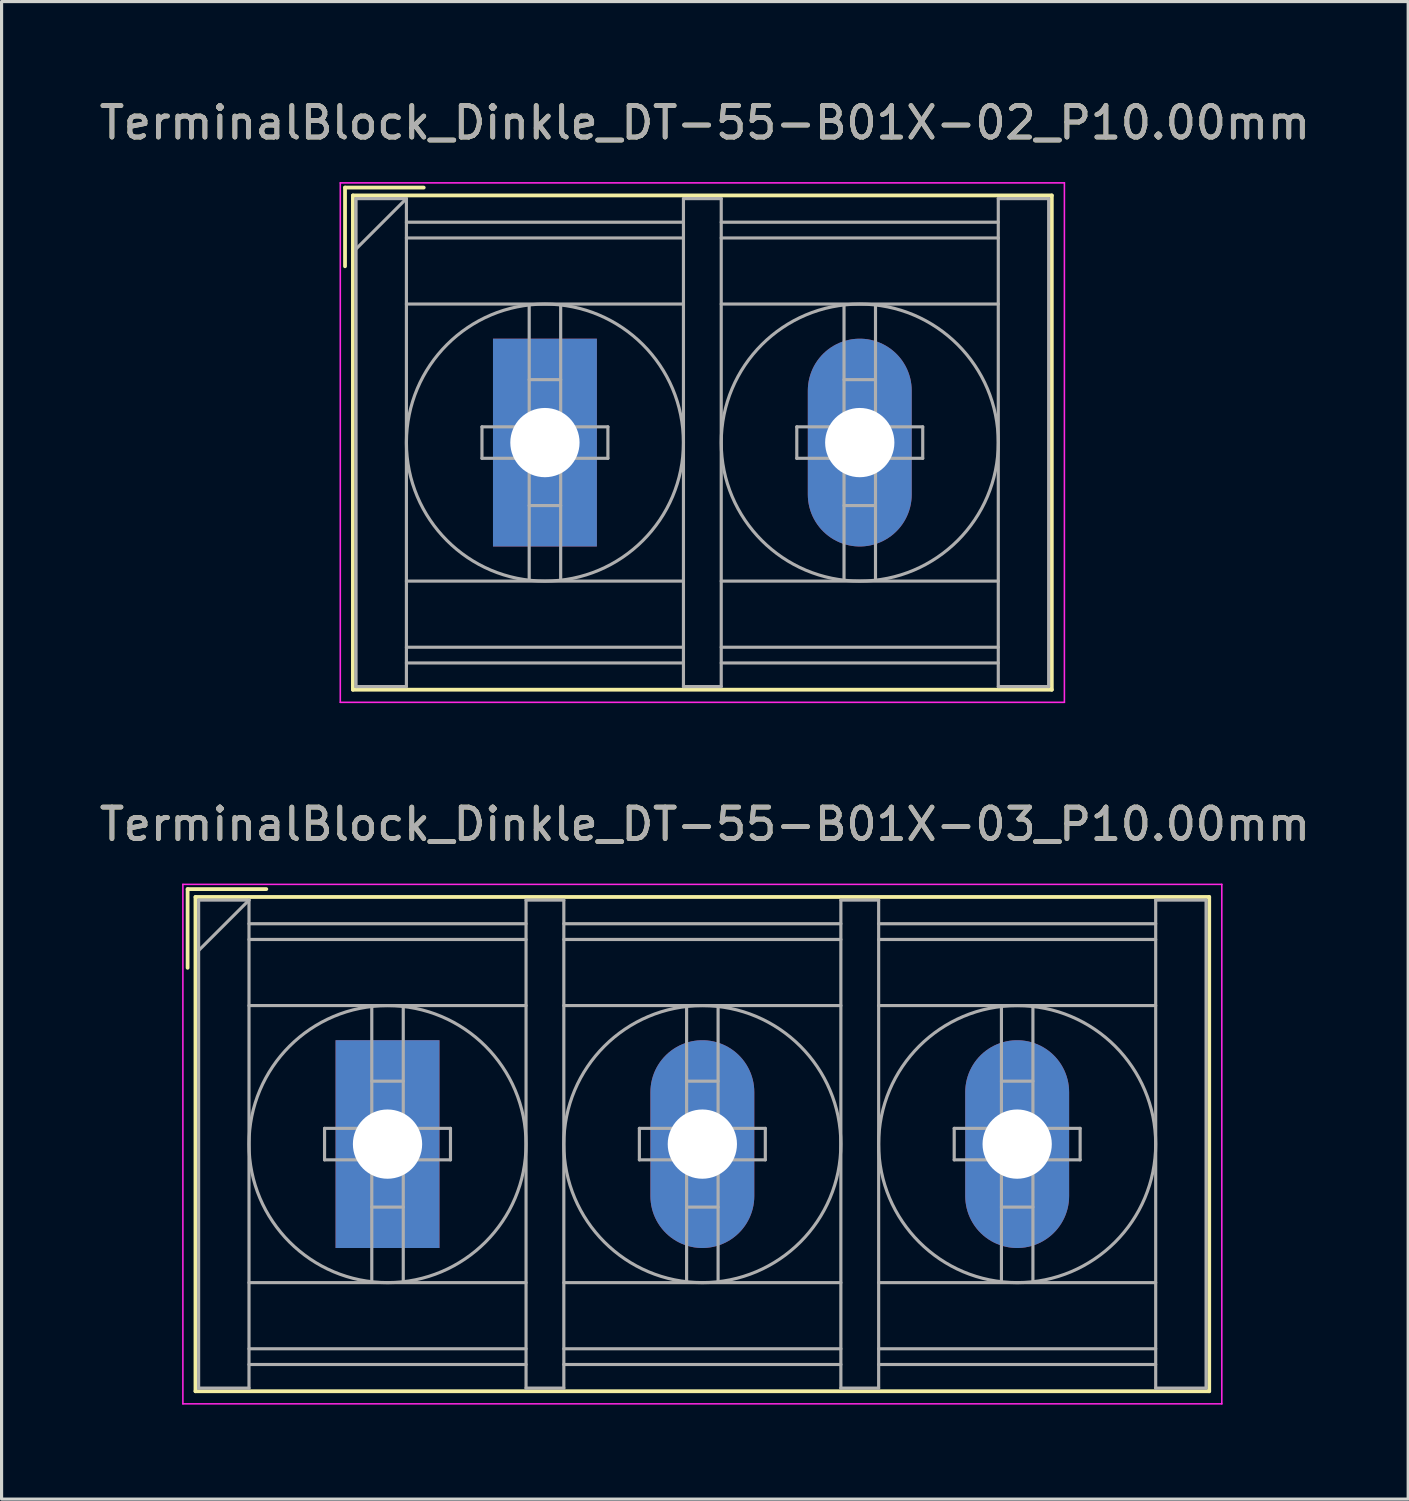
<source format=kicad_pcb>
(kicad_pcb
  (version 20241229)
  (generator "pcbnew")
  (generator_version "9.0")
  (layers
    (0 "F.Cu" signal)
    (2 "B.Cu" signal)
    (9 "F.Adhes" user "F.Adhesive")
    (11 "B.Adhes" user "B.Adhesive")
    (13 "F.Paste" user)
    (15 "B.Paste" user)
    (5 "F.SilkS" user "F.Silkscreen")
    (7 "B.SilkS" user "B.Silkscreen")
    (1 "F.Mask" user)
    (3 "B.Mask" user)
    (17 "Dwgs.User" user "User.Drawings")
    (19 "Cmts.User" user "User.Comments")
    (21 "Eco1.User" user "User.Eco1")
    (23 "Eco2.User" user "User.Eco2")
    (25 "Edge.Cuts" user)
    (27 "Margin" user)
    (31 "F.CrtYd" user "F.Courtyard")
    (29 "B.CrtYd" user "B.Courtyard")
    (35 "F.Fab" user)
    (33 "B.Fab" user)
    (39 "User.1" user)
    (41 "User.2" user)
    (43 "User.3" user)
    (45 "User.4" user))
  (footprint "TerminalBlock_Dinkle_DT-55-B01X-03_P10.00mm"
    (layer "F.Cu")
    (at 9.259 33.291)
    (property "Reference" "TerminalBlock_Dinkle_DT-55-B01X-03_P10.00mm" (at 10.08 -10.16 0) (layer "F.SilkS") (effects (font (size 1 1) (thickness 0.15))))
    (attr through_hole)
    (fp_line (start -6.35 -8.1) (end -3.85 -8.1) (stroke (width 0.12) (type solid)) (layer "F.SilkS"))
    (fp_line (start -6.35 -5.6) (end -6.35 -8.1) (stroke (width 0.12) (type solid)) (layer "F.SilkS"))
    (fp_line (start -6.1 -7.85) (end 26.1 -7.85) (stroke (width 0.12) (type solid)) (layer "F.SilkS"))
    (fp_line (start -6.1 7.85) (end -6.1 -7.85) (stroke (width 0.12) (type solid)) (layer "F.SilkS"))
    (fp_line (start -6.1 7.85) (end 26.1 7.85) (stroke (width 0.12) (type solid)) (layer "F.SilkS"))
    (fp_line (start 26.1 -7.85) (end 26.1 7.85) (stroke (width 0.12) (type solid)) (layer "F.SilkS"))
    (fp_line (start -6.5 -8.25) (end 26.5 -8.25) (stroke (width 0.05) (type solid)) (layer "F.CrtYd"))
    (fp_line (start -6.5 8.25) (end -6.5 -8.25) (stroke (width 0.05) (type solid)) (layer "F.CrtYd"))
    (fp_line (start -6.5 8.25) (end 26.5 8.25) (stroke (width 0.05) (type solid)) (layer "F.CrtYd"))
    (fp_line (start 26.5 -8.25) (end 26.5 8.25) (stroke (width 0.05) (type solid)) (layer "F.CrtYd"))
    (fp_line (start -6 -7.75) (end -6 7.75) (stroke (width 0.1) (type solid)) (layer "F.Fab"))
    (fp_line (start -6 -7.75) (end -4.4 -7.75) (stroke (width 0.1) (type solid)) (layer "F.Fab"))
    (fp_line (start -6 7.75) (end -4.4 7.75) (stroke (width 0.1) (type solid)) (layer "F.Fab"))
    (fp_line (start -4.4 -7.75) (end -6 -6.15) (stroke (width 0.1) (type solid)) (layer "F.Fab"))
    (fp_line (start -4.4 -7.75) (end -4.4 7.75) (stroke (width 0.1) (type solid)) (layer "F.Fab"))
    (fp_line (start -4.4 -7) (end 4.4 -7) (stroke (width 0.1) (type solid)) (layer "F.Fab"))
    (fp_line (start -4.4 -6.5) (end 4.4 -6.5) (stroke (width 0.1) (type solid)) (layer "F.Fab"))
    (fp_line (start -4.4 -4.4) (end 4.4 -4.4) (stroke (width 0.1) (type solid)) (layer "F.Fab"))
    (fp_line (start -4.4 4.4) (end 4.4 4.4) (stroke (width 0.1) (type solid)) (layer "F.Fab"))
    (fp_line (start -4.4 6.5) (end 4.4 6.5) (stroke (width 0.1) (type solid)) (layer "F.Fab"))
    (fp_line (start -4.4 7) (end 4.4 7) (stroke (width 0.1) (type solid)) (layer "F.Fab"))
    (fp_line (start -2 -0.5) (end -2 0.5) (stroke (width 0.1) (type solid)) (layer "F.Fab"))
    (fp_line (start -2 0.5) (end -0.5 0.5) (stroke (width 0.1) (type solid)) (layer "F.Fab"))
    (fp_line (start -0.5 -4.35) (end -0.5 -0.5) (stroke (width 0.1) (type solid)) (layer "F.Fab"))
    (fp_line (start -0.5 -2) (end 0.5 -2) (stroke (width 0.1) (type solid)) (layer "F.Fab"))
    (fp_line (start -0.5 -0.5) (end -2 -0.5) (stroke (width 0.1) (type solid)) (layer "F.Fab"))
    (fp_line (start -0.5 0.5) (end -0.5 4.35) (stroke (width 0.1) (type solid)) (layer "F.Fab"))
    (fp_line (start -0.5 2) (end 0.5 2) (stroke (width 0.1) (type solid)) (layer "F.Fab"))
    (fp_line (start 0.5 -4.35) (end 0.5 -0.5) (stroke (width 0.1) (type solid)) (layer "F.Fab"))
    (fp_line (start 0.5 -0.5) (end 2 -0.5) (stroke (width 0.1) (type solid)) (layer "F.Fab"))
    (fp_line (start 0.5 0.5) (end 0.5 4.35) (stroke (width 0.1) (type solid)) (layer "F.Fab"))
    (fp_line (start 2 -0.5) (end 2 0.5) (stroke (width 0.1) (type solid)) (layer "F.Fab"))
    (fp_line (start 2 0.5) (end 0.5 0.5) (stroke (width 0.1) (type solid)) (layer "F.Fab"))
    (fp_line (start 4.4 -7.75) (end 4.4 7.75) (stroke (width 0.1) (type solid)) (layer "F.Fab"))
    (fp_line (start 4.4 -7.75) (end 5.6 -7.75) (stroke (width 0.1) (type solid)) (layer "F.Fab"))
    (fp_line (start 4.4 7.75) (end 5.6 7.75) (stroke (width 0.1) (type solid)) (layer "F.Fab"))
    (fp_line (start 5.6 -7.75) (end 5.6 7.75) (stroke (width 0.1) (type solid)) (layer "F.Fab"))
    (fp_line (start 5.6 -7) (end 14.4 -7) (stroke (width 0.1) (type solid)) (layer "F.Fab"))
    (fp_line (start 5.6 -6.5) (end 14.4 -6.5) (stroke (width 0.1) (type solid)) (layer "F.Fab"))
    (fp_line (start 5.6 -4.4) (end 14.4 -4.4) (stroke (width 0.1) (type solid)) (layer "F.Fab"))
    (fp_line (start 5.6 4.4) (end 14.4 4.4) (stroke (width 0.1) (type solid)) (layer "F.Fab"))
    (fp_line (start 5.6 6.5) (end 14.4 6.5) (stroke (width 0.1) (type solid)) (layer "F.Fab"))
    (fp_line (start 5.6 7) (end 14.4 7) (stroke (width 0.1) (type solid)) (layer "F.Fab"))
    (fp_line (start 8 -0.5) (end 8 0.5) (stroke (width 0.1) (type solid)) (layer "F.Fab"))
    (fp_line (start 8 0.5) (end 9.5 0.5) (stroke (width 0.1) (type solid)) (layer "F.Fab"))
    (fp_line (start 9.5 -4.35) (end 9.5 -0.5) (stroke (width 0.1) (type solid)) (layer "F.Fab"))
    (fp_line (start 9.5 -2) (end 10.5 -2) (stroke (width 0.1) (type solid)) (layer "F.Fab"))
    (fp_line (start 9.5 -0.5) (end 8 -0.5) (stroke (width 0.1) (type solid)) (layer "F.Fab"))
    (fp_line (start 9.5 0.5) (end 9.5 4.35) (stroke (width 0.1) (type solid)) (layer "F.Fab"))
    (fp_line (start 9.5 2) (end 10.5 2) (stroke (width 0.1) (type solid)) (layer "F.Fab"))
    (fp_line (start 10.5 -4.35) (end 10.5 -0.5) (stroke (width 0.1) (type solid)) (layer "F.Fab"))
    (fp_line (start 10.5 -0.5) (end 12 -0.5) (stroke (width 0.1) (type solid)) (layer "F.Fab"))
    (fp_line (start 10.5 0.5) (end 10.5 4.35) (stroke (width 0.1) (type solid)) (layer "F.Fab"))
    (fp_line (start 12 -0.5) (end 12 0.5) (stroke (width 0.1) (type solid)) (layer "F.Fab"))
    (fp_line (start 12 0.5) (end 10.5 0.5) (stroke (width 0.1) (type solid)) (layer "F.Fab"))
    (fp_line (start 14.4 -7.75) (end 14.4 7.75) (stroke (width 0.1) (type solid)) (layer "F.Fab"))
    (fp_line (start 14.4 -7.75) (end 15.6 -7.75) (stroke (width 0.1) (type solid)) (layer "F.Fab"))
    (fp_line (start 14.4 7.75) (end 15.6 7.75) (stroke (width 0.1) (type solid)) (layer "F.Fab"))
    (fp_line (start 15.6 -7.75) (end 15.6 7.75) (stroke (width 0.1) (type solid)) (layer "F.Fab"))
    (fp_line (start 15.6 -7) (end 24.4 -7) (stroke (width 0.1) (type solid)) (layer "F.Fab"))
    (fp_line (start 15.6 -6.5) (end 24.4 -6.5) (stroke (width 0.1) (type solid)) (layer "F.Fab"))
    (fp_line (start 15.6 -4.4) (end 24.4 -4.4) (stroke (width 0.1) (type solid)) (layer "F.Fab"))
    (fp_line (start 15.6 4.4) (end 24.4 4.4) (stroke (width 0.1) (type solid)) (layer "F.Fab"))
    (fp_line (start 15.6 6.5) (end 24.4 6.5) (stroke (width 0.1) (type solid)) (layer "F.Fab"))
    (fp_line (start 15.6 7) (end 24.4 7) (stroke (width 0.1) (type solid)) (layer "F.Fab"))
    (fp_line (start 18 -0.5) (end 18 0.5) (stroke (width 0.1) (type solid)) (layer "F.Fab"))
    (fp_line (start 18 0.5) (end 19.5 0.5) (stroke (width 0.1) (type solid)) (layer "F.Fab"))
    (fp_line (start 19.5 -4.35) (end 19.5 -0.5) (stroke (width 0.1) (type solid)) (layer "F.Fab"))
    (fp_line (start 19.5 -2) (end 20.5 -2) (stroke (width 0.1) (type solid)) (layer "F.Fab"))
    (fp_line (start 19.5 -0.5) (end 18 -0.5) (stroke (width 0.1) (type solid)) (layer "F.Fab"))
    (fp_line (start 19.5 0.5) (end 19.5 4.35) (stroke (width 0.1) (type solid)) (layer "F.Fab"))
    (fp_line (start 19.5 2) (end 20.5 2) (stroke (width 0.1) (type solid)) (layer "F.Fab"))
    (fp_line (start 20.5 -4.35) (end 20.5 -0.5) (stroke (width 0.1) (type solid)) (layer "F.Fab"))
    (fp_line (start 20.5 -0.5) (end 22 -0.5) (stroke (width 0.1) (type solid)) (layer "F.Fab"))
    (fp_line (start 20.5 0.5) (end 20.5 4.35) (stroke (width 0.1) (type solid)) (layer "F.Fab"))
    (fp_line (start 22 -0.5) (end 22 0.5) (stroke (width 0.1) (type solid)) (layer "F.Fab"))
    (fp_line (start 22 0.5) (end 20.5 0.5) (stroke (width 0.1) (type solid)) (layer "F.Fab"))
    (fp_line (start 24.4 -7.75) (end 24.4 7.75) (stroke (width 0.1) (type solid)) (layer "F.Fab"))
    (fp_line (start 24.4 -7.75) (end 26 -7.75) (stroke (width 0.1) (type solid)) (layer "F.Fab"))
    (fp_line (start 24.4 7.75) (end 26 7.75) (stroke (width 0.1) (type solid)) (layer "F.Fab"))
    (fp_line (start 26 -7.75) (end 26 7.75) (stroke (width 0.1) (type solid)) (layer "F.Fab"))
    (fp_circle (center 0 0) (end 0.5 0.5) (stroke (width 0.1) (type solid)) (fill no) (layer "F.Fab"))
    (fp_circle (center 0 0) (end 4.4 0) (stroke (width 0.1) (type solid)) (fill no) (layer "F.Fab"))
    (fp_circle (center 10 0) (end 10.5 0.5) (stroke (width 0.1) (type solid)) (fill no) (layer "F.Fab"))
    (fp_circle (center 10 0) (end 14.4 0) (stroke (width 0.1) (type solid)) (fill no) (layer "F.Fab"))
    (fp_circle (center 20 0) (end 20.5 0.5) (stroke (width 0.1) (type solid)) (fill no) (layer "F.Fab"))
    (fp_circle (center 20 0) (end 24.4 0) (stroke (width 0.1) (type solid)) (fill no) (layer "F.Fab"))
    (fp_text user "${REFERENCE}" (at 10.08 -10.16 0) (layer "F.Fab") (effects (font (size 1 1) (thickness 0.15))))
    (pad "1" thru_hole rect (at 0 0) (size 3.3 6.6) (drill 2.2) (layers "*.Cu" "*.Mask"))
    (pad "2" thru_hole oval (at 10 0) (size 3.3 6.6) (drill 2.2) (layers "*.Cu" "*.Mask"))
    (pad "3" thru_hole oval (at 20 0) (size 3.3 6.6) (drill 2.2) (layers "*.Cu" "*.Mask")))
  (footprint "TerminalBlock_Dinkle_DT-55-B01X-02_P10.00mm"
    (layer "F.Cu")
    (at 14.259 11.008)
    (property "Reference" "TerminalBlock_Dinkle_DT-55-B01X-02_P10.00mm" (at 5.08 -10.16 0) (layer "F.SilkS") (effects (font (size 1 1) (thickness 0.15))))
    (attr through_hole)
    (fp_line (start -6.35 -8.1) (end -3.85 -8.1) (stroke (width 0.12) (type solid)) (layer "F.SilkS"))
    (fp_line (start -6.35 -5.6) (end -6.35 -8.1) (stroke (width 0.12) (type solid)) (layer "F.SilkS"))
    (fp_line (start -6.1 -7.85) (end 16.1 -7.85) (stroke (width 0.12) (type solid)) (layer "F.SilkS"))
    (fp_line (start -6.1 7.85) (end -6.1 -7.85) (stroke (width 0.12) (type solid)) (layer "F.SilkS"))
    (fp_line (start -6.1 7.85) (end 16.1 7.85) (stroke (width 0.12) (type solid)) (layer "F.SilkS"))
    (fp_line (start 16.1 -7.85) (end 16.1 7.85) (stroke (width 0.12) (type solid)) (layer "F.SilkS"))
    (fp_line (start -6.5 -8.25) (end 16.5 -8.25) (stroke (width 0.05) (type solid)) (layer "F.CrtYd"))
    (fp_line (start -6.5 8.25) (end -6.5 -8.25) (stroke (width 0.05) (type solid)) (layer "F.CrtYd"))
    (fp_line (start -6.5 8.25) (end 16.5 8.25) (stroke (width 0.05) (type solid)) (layer "F.CrtYd"))
    (fp_line (start 16.5 -8.25) (end 16.5 8.25) (stroke (width 0.05) (type solid)) (layer "F.CrtYd"))
    (fp_line (start -6 -7.75) (end -6 7.75) (stroke (width 0.1) (type solid)) (layer "F.Fab"))
    (fp_line (start -6 -7.75) (end -4.4 -7.75) (stroke (width 0.1) (type solid)) (layer "F.Fab"))
    (fp_line (start -6 7.75) (end -4.4 7.75) (stroke (width 0.1) (type solid)) (layer "F.Fab"))
    (fp_line (start -4.4 -7.75) (end -6 -6.15) (stroke (width 0.1) (type solid)) (layer "F.Fab"))
    (fp_line (start -4.4 -7.75) (end -4.4 7.75) (stroke (width 0.1) (type solid)) (layer "F.Fab"))
    (fp_line (start -4.4 -7) (end 4.4 -7) (stroke (width 0.1) (type solid)) (layer "F.Fab"))
    (fp_line (start -4.4 -6.5) (end 4.4 -6.5) (stroke (width 0.1) (type solid)) (layer "F.Fab"))
    (fp_line (start -4.4 -4.4) (end 4.4 -4.4) (stroke (width 0.1) (type solid)) (layer "F.Fab"))
    (fp_line (start -4.4 4.4) (end 4.4 4.4) (stroke (width 0.1) (type solid)) (layer "F.Fab"))
    (fp_line (start -4.4 6.5) (end 4.4 6.5) (stroke (width 0.1) (type solid)) (layer "F.Fab"))
    (fp_line (start -4.4 7) (end 4.4 7) (stroke (width 0.1) (type solid)) (layer "F.Fab"))
    (fp_line (start -2 -0.5) (end -2 0.5) (stroke (width 0.1) (type solid)) (layer "F.Fab"))
    (fp_line (start -2 0.5) (end -0.5 0.5) (stroke (width 0.1) (type solid)) (layer "F.Fab"))
    (fp_line (start -0.5 -4.35) (end -0.5 -0.5) (stroke (width 0.1) (type solid)) (layer "F.Fab"))
    (fp_line (start -0.5 -2) (end 0.5 -2) (stroke (width 0.1) (type solid)) (layer "F.Fab"))
    (fp_line (start -0.5 -0.5) (end -2 -0.5) (stroke (width 0.1) (type solid)) (layer "F.Fab"))
    (fp_line (start -0.5 0.5) (end -0.5 4.35) (stroke (width 0.1) (type solid)) (layer "F.Fab"))
    (fp_line (start -0.5 2) (end 0.5 2) (stroke (width 0.1) (type solid)) (layer "F.Fab"))
    (fp_line (start 0.5 -4.35) (end 0.5 -0.5) (stroke (width 0.1) (type solid)) (layer "F.Fab"))
    (fp_line (start 0.5 -0.5) (end 2 -0.5) (stroke (width 0.1) (type solid)) (layer "F.Fab"))
    (fp_line (start 0.5 0.5) (end 0.5 4.35) (stroke (width 0.1) (type solid)) (layer "F.Fab"))
    (fp_line (start 2 -0.5) (end 2 0.5) (stroke (width 0.1) (type solid)) (layer "F.Fab"))
    (fp_line (start 2 0.5) (end 0.5 0.5) (stroke (width 0.1) (type solid)) (layer "F.Fab"))
    (fp_line (start 4.4 -7.75) (end 4.4 7.75) (stroke (width 0.1) (type solid)) (layer "F.Fab"))
    (fp_line (start 4.4 -7.75) (end 5.6 -7.75) (stroke (width 0.1) (type solid)) (layer "F.Fab"))
    (fp_line (start 4.4 7.75) (end 5.6 7.75) (stroke (width 0.1) (type solid)) (layer "F.Fab"))
    (fp_line (start 5.6 -7.75) (end 5.6 7.75) (stroke (width 0.1) (type solid)) (layer "F.Fab"))
    (fp_line (start 5.6 -7) (end 14.4 -7) (stroke (width 0.1) (type solid)) (layer "F.Fab"))
    (fp_line (start 5.6 -6.5) (end 14.4 -6.5) (stroke (width 0.1) (type solid)) (layer "F.Fab"))
    (fp_line (start 5.6 -4.4) (end 14.4 -4.4) (stroke (width 0.1) (type solid)) (layer "F.Fab"))
    (fp_line (start 5.6 4.4) (end 14.4 4.4) (stroke (width 0.1) (type solid)) (layer "F.Fab"))
    (fp_line (start 5.6 6.5) (end 14.4 6.5) (stroke (width 0.1) (type solid)) (layer "F.Fab"))
    (fp_line (start 5.6 7) (end 14.4 7) (stroke (width 0.1) (type solid)) (layer "F.Fab"))
    (fp_line (start 8 -0.5) (end 8 0.5) (stroke (width 0.1) (type solid)) (layer "F.Fab"))
    (fp_line (start 8 0.5) (end 9.5 0.5) (stroke (width 0.1) (type solid)) (layer "F.Fab"))
    (fp_line (start 9.5 -4.35) (end 9.5 -0.5) (stroke (width 0.1) (type solid)) (layer "F.Fab"))
    (fp_line (start 9.5 -2) (end 10.5 -2) (stroke (width 0.1) (type solid)) (layer "F.Fab"))
    (fp_line (start 9.5 -0.5) (end 8 -0.5) (stroke (width 0.1) (type solid)) (layer "F.Fab"))
    (fp_line (start 9.5 0.5) (end 9.5 4.35) (stroke (width 0.1) (type solid)) (layer "F.Fab"))
    (fp_line (start 9.5 2) (end 10.5 2) (stroke (width 0.1) (type solid)) (layer "F.Fab"))
    (fp_line (start 10.5 -4.35) (end 10.5 -0.5) (stroke (width 0.1) (type solid)) (layer "F.Fab"))
    (fp_line (start 10.5 -0.5) (end 12 -0.5) (stroke (width 0.1) (type solid)) (layer "F.Fab"))
    (fp_line (start 10.5 0.5) (end 10.5 4.35) (stroke (width 0.1) (type solid)) (layer "F.Fab"))
    (fp_line (start 12 -0.5) (end 12 0.5) (stroke (width 0.1) (type solid)) (layer "F.Fab"))
    (fp_line (start 12 0.5) (end 10.5 0.5) (stroke (width 0.1) (type solid)) (layer "F.Fab"))
    (fp_line (start 14.4 -7.75) (end 14.4 7.75) (stroke (width 0.1) (type solid)) (layer "F.Fab"))
    (fp_line (start 14.4 -7.75) (end 16 -7.75) (stroke (width 0.1) (type solid)) (layer "F.Fab"))
    (fp_line (start 14.4 7.75) (end 16 7.75) (stroke (width 0.1) (type solid)) (layer "F.Fab"))
    (fp_line (start 16 -7.75) (end 16 7.75) (stroke (width 0.1) (type solid)) (layer "F.Fab"))
    (fp_circle (center 0 0) (end 0.5 0.5) (stroke (width 0.1) (type solid)) (fill no) (layer "F.Fab"))
    (fp_circle (center 0 0) (end 4.4 0) (stroke (width 0.1) (type solid)) (fill no) (layer "F.Fab"))
    (fp_circle (center 10 0) (end 10.5 0.5) (stroke (width 0.1) (type solid)) (fill no) (layer "F.Fab"))
    (fp_circle (center 10 0) (end 14.4 0) (stroke (width 0.1) (type solid)) (fill no) (layer "F.Fab"))
    (fp_text user "${REFERENCE}" (at 5.08 -10.16 0) (layer "F.Fab") (effects (font (size 1 1) (thickness 0.15))))
    (pad "1" thru_hole rect (at 0 0) (size 3.3 6.6) (drill 2.2) (layers "*.Cu" "*.Mask"))
    (pad "2" thru_hole oval (at 10 0) (size 3.3 6.6) (drill 2.2) (layers "*.Cu" "*.Mask")))
  (gr_rect
    (start -3 -3)
    (end 41.679 44.566)
    (stroke (width 0.1) (type default))
    (fill no)
    (layer "Edge.Cuts")))
</source>
